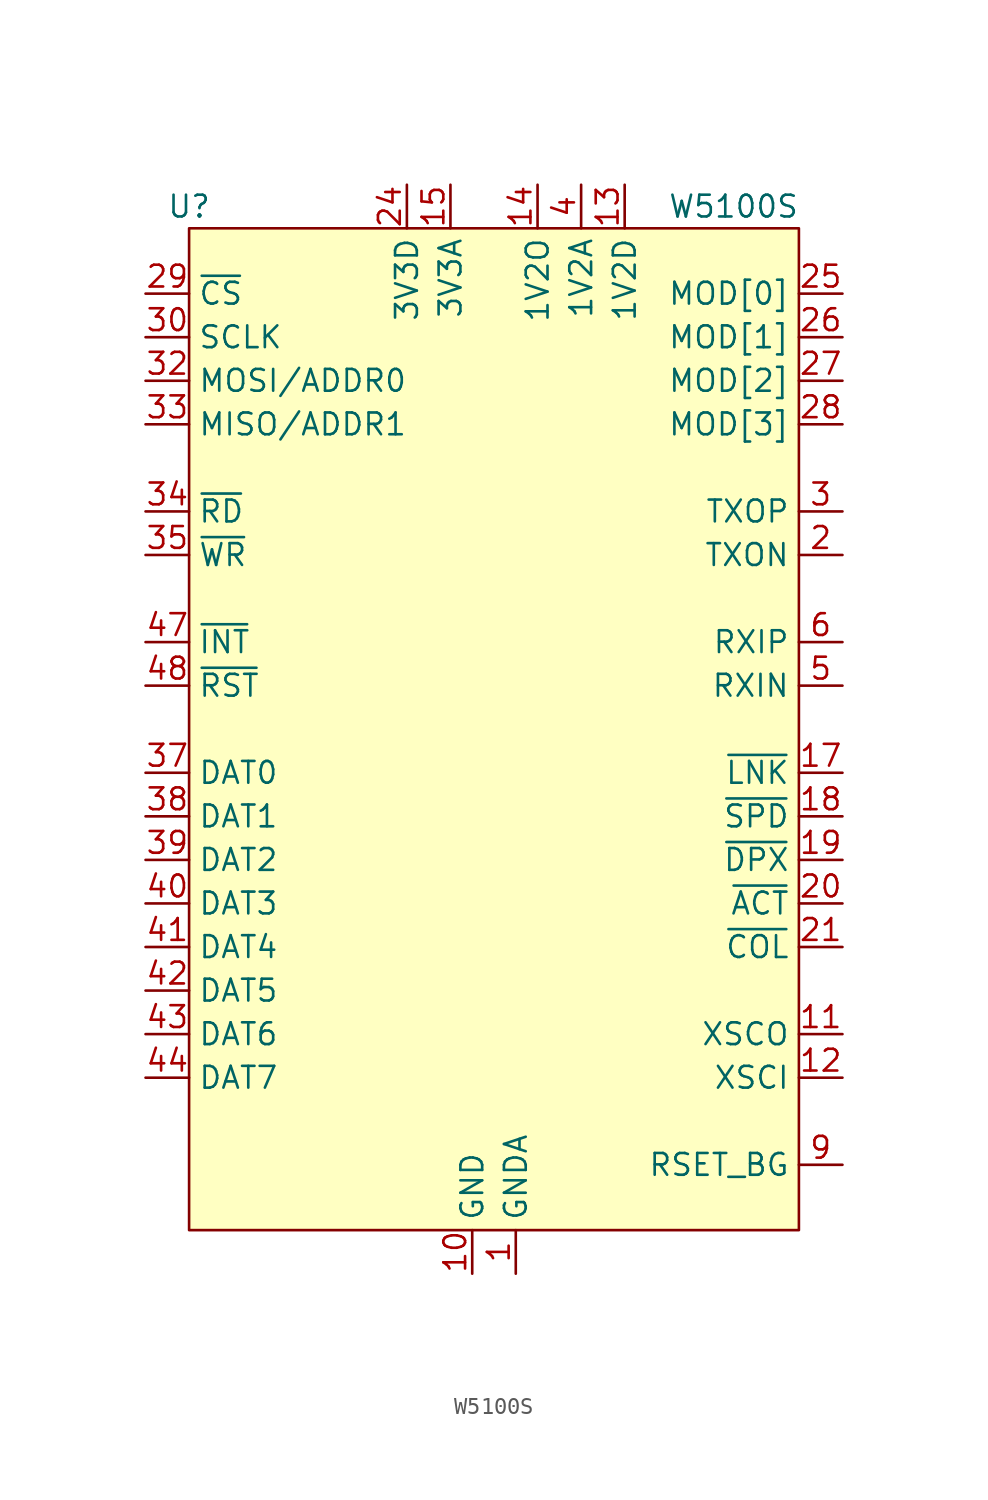
<source format=kicad_sym>
(kicad_symbol_lib
  (version 20220914)
  (generator kicad_symbol_editor)
  (symbol "W5100S"
    (property "Reference" "U"
      (at -17.78 46.99 0)
      (effects (font (size 1.27 1.27))))
    (property "Value" "W5100S"
      (at 13.97 46.99 0)
      (effects (font (size 1.27 1.27))))
    (symbol "W5100S_1_1"
      (rectangle (start -17.78 45.72) (end 17.78 -12.7) (stroke (width 0) (type default)) (fill (type background)))
      (pin power_in line (at 1.27 -15.24 90) (length 2.54) (name "GNDA" (effects (font (size 1.27 1.27)))) (number "1" (effects (font (size 1.27 1.27)))))
      (pin power_in line (at -1.27 -15.24 90) (length 2.54) (name "GND" (effects (font (size 1.27 1.27)))) (number "10" (effects (font (size 1.27 1.27)))))
      (pin output line (at 20.32 -1.27 180) (length 2.54) (name "XSCO" (effects (font (size 1.27 1.27)))) (number "11" (effects (font (size 1.27 1.27)))))
      (pin input line (at 20.32 -3.81 180) (length 2.54) (name "XSCI" (effects (font (size 1.27 1.27)))) (number "12" (effects (font (size 1.27 1.27)))))
      (pin power_in line (at 7.62 48.26 270) (length 2.54) (name "1V2D" (effects (font (size 1.27 1.27)))) (number "13" (effects (font (size 1.27 1.27)))))
      (pin power_out line (at 2.54 48.26 270) (length 2.54) (name "1V2O" (effects (font (size 1.27 1.27)))) (number "14" (effects (font (size 1.27 1.27)))))
      (pin power_in line (at -2.54 48.26 270) (length 2.54) (name "3V3A" (effects (font (size 1.27 1.27)))) (number "15" (effects (font (size 1.27 1.27)))))
      (pin passive line (at 1.27 -15.24 90) (length 2.54) hide (name "GNDA" (effects (font (size 1.27 1.27)))) (number "16" (effects (font (size 1.27 1.27)))))
      (pin output line (at 20.32 13.97 180) (length 2.54) (name "~{LNK}" (effects (font (size 1.27 1.27)))) (number "17" (effects (font (size 1.27 1.27)))))
      (pin output line (at 20.32 11.43 180) (length 2.54) (name "~{SPD}" (effects (font (size 1.27 1.27)))) (number "18" (effects (font (size 1.27 1.27)))))
      (pin output line (at 20.32 8.89 180) (length 2.54) (name "~{DPX}" (effects (font (size 1.27 1.27)))) (number "19" (effects (font (size 1.27 1.27)))))
      (pin output line (at 20.32 26.67 180) (length 2.54) (name "TXON" (effects (font (size 1.27 1.27)))) (number "2" (effects (font (size 1.27 1.27)))))
      (pin output line (at 20.32 6.35 180) (length 2.54) (name "~{ACT}" (effects (font (size 1.27 1.27)))) (number "20" (effects (font (size 1.27 1.27)))))
      (pin output line (at 20.32 3.81 180) (length 2.54) (name "~{COL}" (effects (font (size 1.27 1.27)))) (number "21" (effects (font (size 1.27 1.27)))))
      (pin passive line (at 7.62 48.26 270) (length 2.54) hide (name "1V2D" (effects (font (size 1.27 1.27)))) (number "22" (effects (font (size 1.27 1.27)))))
      (pin passive line (at -1.27 -15.24 90) (length 2.54) hide (name "GND" (effects (font (size 1.27 1.27)))) (number "23" (effects (font (size 1.27 1.27)))))
      (pin power_in line (at -5.08 48.26 270) (length 2.54) (name "3V3D" (effects (font (size 1.27 1.27)))) (number "24" (effects (font (size 1.27 1.27)))))
      (pin input line (at 20.32 41.91 180) (length 2.54) (name "MOD[0]" (effects (font (size 1.27 1.27)))) (number "25" (effects (font (size 1.27 1.27)))))
      (pin input line (at 20.32 39.37 180) (length 2.54) (name "MOD[1]" (effects (font (size 1.27 1.27)))) (number "26" (effects (font (size 1.27 1.27)))))
      (pin input line (at 20.32 36.83 180) (length 2.54) (name "MOD[2]" (effects (font (size 1.27 1.27)))) (number "27" (effects (font (size 1.27 1.27)))))
      (pin input line (at 20.32 34.29 180) (length 2.54) (name "MOD[3]" (effects (font (size 1.27 1.27)))) (number "28" (effects (font (size 1.27 1.27)))))
      (pin input line (at -20.32 41.91 0) (length 2.54) (name "~{CS}" (effects (font (size 1.27 1.27)))) (number "29" (effects (font (size 1.27 1.27)))))
      (pin output line (at 20.32 29.21 180) (length 2.54) (name "TXOP" (effects (font (size 1.27 1.27)))) (number "3" (effects (font (size 1.27 1.27)))))
      (pin input line (at -20.32 39.37 0) (length 2.54) (name "SCLK" (effects (font (size 1.27 1.27)))) (number "30" (effects (font (size 1.27 1.27)))))
      (pin passive line (at 7.62 48.26 270) (length 2.54) hide (name "1V2D" (effects (font (size 1.27 1.27)))) (number "31" (effects (font (size 1.27 1.27)))))
      (pin input line (at -20.32 36.83 0) (length 2.54) (name "MOSI/ADDR0" (effects (font (size 1.27 1.27)))) (number "32" (effects (font (size 1.27 1.27)))))
      (pin bidirectional line (at -20.32 34.29 0) (length 2.54) (name "MISO/ADDR1" (effects (font (size 1.27 1.27)))) (number "33" (effects (font (size 1.27 1.27)))))
      (pin input line (at -20.32 29.21 0) (length 2.54) (name "~{RD}" (effects (font (size 1.27 1.27)))) (number "34" (effects (font (size 1.27 1.27)))))
      (pin input line (at -20.32 26.67 0) (length 2.54) (name "~{WR}" (effects (font (size 1.27 1.27)))) (number "35" (effects (font (size 1.27 1.27)))))
      (pin passive line (at -5.08 48.26 270) (length 2.54) hide (name "3V3D" (effects (font (size 1.27 1.27)))) (number "36" (effects (font (size 1.27 1.27)))))
      (pin bidirectional line (at -20.32 13.97 0) (length 2.54) (name "DAT0" (effects (font (size 1.27 1.27)))) (number "37" (effects (font (size 1.27 1.27)))))
      (pin bidirectional line (at -20.32 11.43 0) (length 2.54) (name "DAT1" (effects (font (size 1.27 1.27)))) (number "38" (effects (font (size 1.27 1.27)))))
      (pin bidirectional line (at -20.32 8.89 0) (length 2.54) (name "DAT2" (effects (font (size 1.27 1.27)))) (number "39" (effects (font (size 1.27 1.27)))))
      (pin power_in line (at 5.08 48.26 270) (length 2.54) (name "1V2A" (effects (font (size 1.27 1.27)))) (number "4" (effects (font (size 1.27 1.27)))))
      (pin bidirectional line (at -20.32 6.35 0) (length 2.54) (name "DAT3" (effects (font (size 1.27 1.27)))) (number "40" (effects (font (size 1.27 1.27)))))
      (pin bidirectional line (at -20.32 3.81 0) (length 2.54) (name "DAT4" (effects (font (size 1.27 1.27)))) (number "41" (effects (font (size 1.27 1.27)))))
      (pin bidirectional line (at -20.32 1.27 0) (length 2.54) (name "DAT5" (effects (font (size 1.27 1.27)))) (number "42" (effects (font (size 1.27 1.27)))))
      (pin bidirectional line (at -20.32 -1.27 0) (length 2.54) (name "DAT6" (effects (font (size 1.27 1.27)))) (number "43" (effects (font (size 1.27 1.27)))))
      (pin bidirectional line (at -20.32 -3.81 0) (length 2.54) (name "DAT7" (effects (font (size 1.27 1.27)))) (number "44" (effects (font (size 1.27 1.27)))))
      (pin passive line (at 7.62 48.26 270) (length 2.54) hide (name "1V2D" (effects (font (size 1.27 1.27)))) (number "45" (effects (font (size 1.27 1.27)))))
      (pin passive line (at -1.27 -15.24 90) (length 2.54) hide (name "GND" (effects (font (size 1.27 1.27)))) (number "46" (effects (font (size 1.27 1.27)))))
      (pin output line (at -20.32 21.59 0) (length 2.54) (name "~{INT}" (effects (font (size 1.27 1.27)))) (number "47" (effects (font (size 1.27 1.27)))))
      (pin input line (at -20.32 19.05 0) (length 2.54) (name "~{RST}" (effects (font (size 1.27 1.27)))) (number "48" (effects (font (size 1.27 1.27)))))
      (pin input line (at 20.32 19.05 180) (length 2.54) (name "RXIN" (effects (font (size 1.27 1.27)))) (number "5" (effects (font (size 1.27 1.27)))))
      (pin input line (at 20.32 21.59 180) (length 2.54) (name "RXIP" (effects (font (size 1.27 1.27)))) (number "6" (effects (font (size 1.27 1.27)))))
      (pin passive line (at 1.27 -15.24 90) (length 2.54) hide (name "GNDA" (effects (font (size 1.27 1.27)))) (number "7" (effects (font (size 1.27 1.27)))))
      (pin passive line (at -2.54 48.26 270) (length 2.54) hide (name "3V3A" (effects (font (size 1.27 1.27)))) (number "8" (effects (font (size 1.27 1.27)))))
      (pin output line (at 20.32 -8.89 180) (length 2.54) (name "RSET_BG" (effects (font (size 1.27 1.27)))) (number "9" (effects (font (size 1.27 1.27))))))))
</source>
